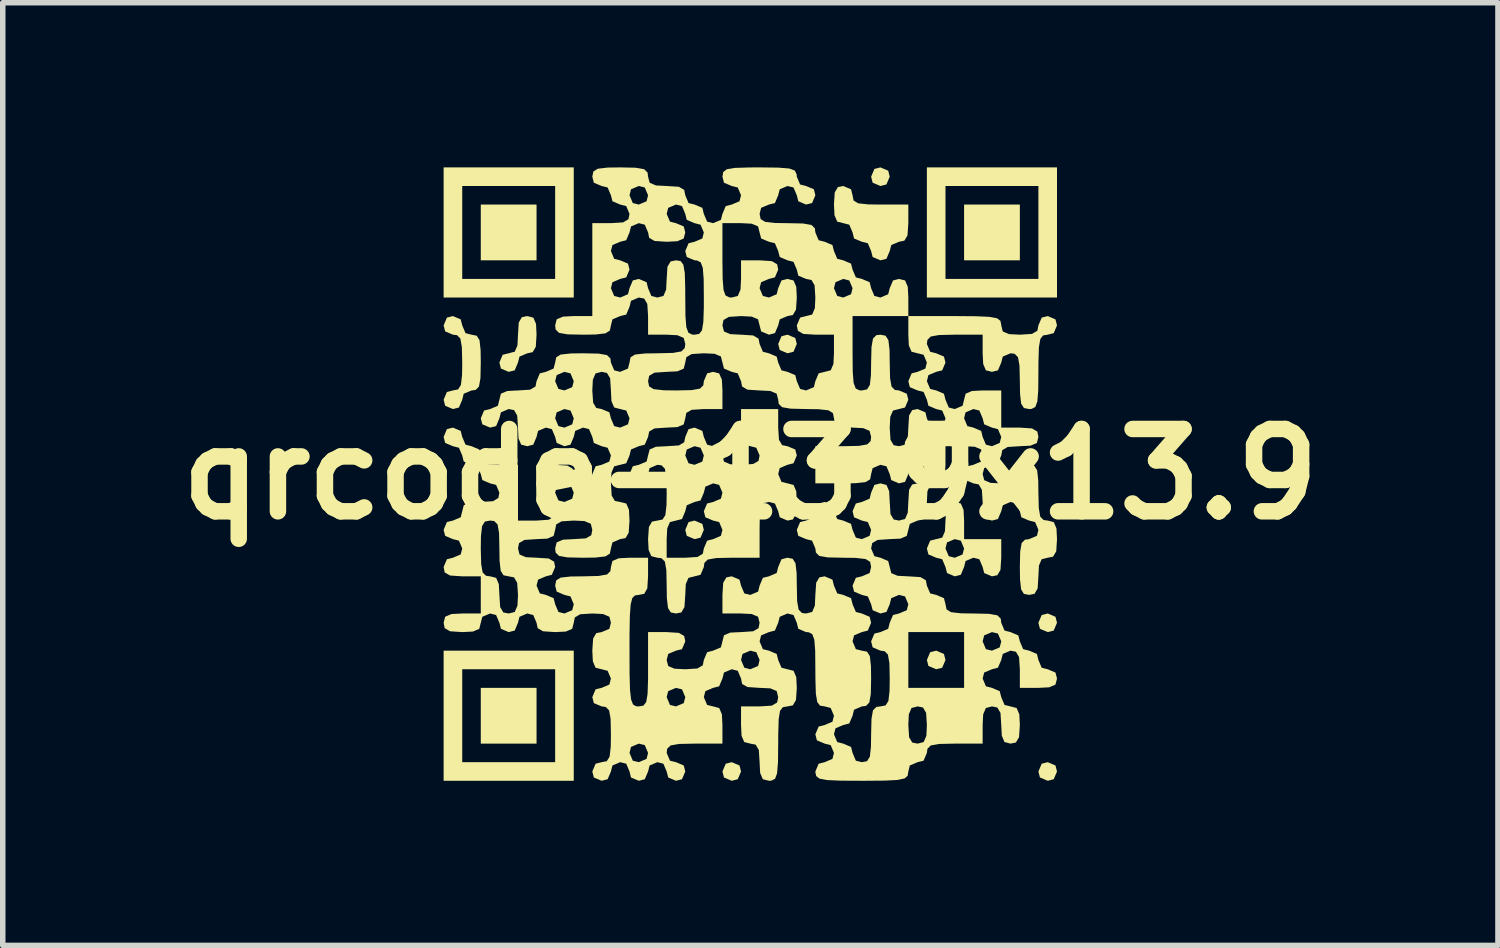
<source format=kicad_pcb>
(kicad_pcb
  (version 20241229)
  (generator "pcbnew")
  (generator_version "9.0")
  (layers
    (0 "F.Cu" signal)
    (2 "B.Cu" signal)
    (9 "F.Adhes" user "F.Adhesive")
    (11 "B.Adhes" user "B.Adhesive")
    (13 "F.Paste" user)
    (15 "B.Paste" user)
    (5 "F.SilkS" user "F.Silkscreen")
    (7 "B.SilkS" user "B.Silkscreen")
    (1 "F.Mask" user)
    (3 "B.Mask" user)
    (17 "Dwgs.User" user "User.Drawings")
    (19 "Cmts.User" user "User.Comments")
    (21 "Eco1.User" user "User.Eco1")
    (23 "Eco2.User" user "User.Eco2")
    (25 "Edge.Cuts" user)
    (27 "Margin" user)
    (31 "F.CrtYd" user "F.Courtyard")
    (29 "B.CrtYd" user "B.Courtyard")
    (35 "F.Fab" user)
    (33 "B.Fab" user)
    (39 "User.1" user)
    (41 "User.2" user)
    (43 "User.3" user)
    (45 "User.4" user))
  (footprint "qrcode-13.9x13.9"
    (layer "F.Cu")
    (at 10.621 5.588)
    (property "Reference" "qrcode-13.9x13.9" (at 0 0 0) (layer "F.SilkS") (effects (font (size 1.5 1.5) (thickness 0.3))))
    (attr board_only exclude_from_pos_files exclude_from_bom)
    (fp_poly (pts (xy -3.895 -4.403) (xy -3.895 -3.895) (xy -4.403 -3.895) (xy -4.911 -3.895) (xy -4.911 -4.403) (xy -4.911 -4.911) (xy -4.403 -4.911) (xy -3.895 -4.911)) (stroke (width 0) (type solid)) (fill yes) (layer "F.SilkS"))
    (fp_poly (pts (xy -3.895 4.403) (xy -3.895 4.911) (xy -4.403 4.911) (xy -4.911 4.911) (xy -4.911 4.403) (xy -4.911 3.895) (xy -4.403 3.895) (xy -3.895 3.895)) (stroke (width 0) (type solid)) (fill yes) (layer "F.SilkS"))
    (fp_poly (pts (xy -0.874 0.907) (xy -0.847 1.016) (xy -0.907 1.158) (xy -1.016 1.185) (xy -1.158 1.125) (xy -1.185 1.016) (xy -1.125 0.874) (xy -1.016 0.847)) (stroke (width 0) (type solid)) (fill yes) (layer "F.SilkS"))
    (fp_poly (pts (xy -0.197 5.309) (xy -0.169 5.419) (xy -0.229 5.56) (xy -0.339 5.588) (xy -0.48 5.528) (xy -0.508 5.419) (xy -0.448 5.277) (xy -0.339 5.249)) (stroke (width 0) (type solid)) (fill yes) (layer "F.SilkS"))
    (fp_poly (pts (xy 0.819 -2.48) (xy 0.847 -2.371) (xy 0.787 -2.229) (xy 0.677 -2.201) (xy 0.536 -2.261) (xy 0.508 -2.371) (xy 0.568 -2.512) (xy 0.677 -2.54)) (stroke (width 0) (type solid)) (fill yes) (layer "F.SilkS"))
    (fp_poly (pts (xy 2.512 -5.528) (xy 2.54 -5.419) (xy 2.48 -5.277) (xy 2.371 -5.249) (xy 2.229 -5.309) (xy 2.201 -5.419) (xy 2.261 -5.56) (xy 2.371 -5.588)) (stroke (width 0) (type solid)) (fill yes) (layer "F.SilkS"))
    (fp_poly (pts (xy 3.528 3.277) (xy 3.556 3.387) (xy 3.496 3.528) (xy 3.387 3.556) (xy 3.245 3.496) (xy 3.217 3.387) (xy 3.277 3.245) (xy 3.387 3.217)) (stroke (width 0) (type solid)) (fill yes) (layer "F.SilkS"))
    (fp_poly (pts (xy 4.911 -4.403) (xy 4.911 -3.895) (xy 4.403 -3.895) (xy 3.895 -3.895) (xy 3.895 -4.403) (xy 3.895 -4.911) (xy 4.403 -4.911) (xy 4.911 -4.911)) (stroke (width 0) (type solid)) (fill yes) (layer "F.SilkS"))
    (fp_poly (pts (xy 5.56 2.6) (xy 5.588 2.709) (xy 5.528 2.851) (xy 5.419 2.879) (xy 5.277 2.819) (xy 5.249 2.709) (xy 5.309 2.568) (xy 5.419 2.54)) (stroke (width 0) (type solid)) (fill yes) (layer "F.SilkS"))
    (fp_poly (pts (xy 5.56 5.309) (xy 5.588 5.419) (xy 5.528 5.56) (xy 5.419 5.588) (xy 5.277 5.528) (xy 5.249 5.419) (xy 5.309 5.277) (xy 5.419 5.249)) (stroke (width 0) (type solid)) (fill yes) (layer "F.SilkS"))
    (fp_poly (pts (xy -3.217 -4.403) (xy -3.217 -3.217) (xy -4.403 -3.217) (xy -5.588 -3.217) (xy -5.588 -4.403) (xy -5.249 -4.403) (xy -5.249 -3.556) (xy -4.403 -3.556) (xy -3.556 -3.556) (xy -3.556 -4.403) (xy -3.556 -5.249) (xy -4.403 -5.249) (xy -5.249 -5.249) (xy -5.249 -4.403) (xy -5.588 -4.403) (xy -5.588 -5.588) (xy -4.403 -5.588) (xy -3.217 -5.588)) (stroke (width 0) (type solid)) (fill yes) (layer "F.SilkS"))
    (fp_poly (pts (xy -3.217 4.403) (xy -3.217 5.588) (xy -4.403 5.588) (xy -5.588 5.588) (xy -5.588 4.403) (xy -5.249 4.403) (xy -5.249 5.249) (xy -4.403 5.249) (xy -3.556 5.249) (xy -3.556 4.403) (xy -3.556 3.556) (xy -4.403 3.556) (xy -5.249 3.556) (xy -5.249 4.403) (xy -5.588 4.403) (xy -5.588 3.217) (xy -4.403 3.217) (xy -3.217 3.217)) (stroke (width 0) (type solid)) (fill yes) (layer "F.SilkS"))
    (fp_poly (pts (xy 5.588 -4.403) (xy 5.588 -3.217) (xy 4.403 -3.217) (xy 3.217 -3.217) (xy 3.217 -4.403) (xy 3.556 -4.403) (xy 3.556 -3.556) (xy 4.403 -3.556) (xy 5.249 -3.556) (xy 5.249 -4.403) (xy 5.249 -5.249) (xy 4.403 -5.249) (xy 3.556 -5.249) (xy 3.556 -4.403) (xy 3.217 -4.403) (xy 3.217 -5.588) (xy 4.403 -5.588) (xy 5.588 -5.588)) (stroke (width 0) (type solid)) (fill yes) (layer "F.SilkS"))
    (fp_poly (pts (xy -3.953 -2.85) (xy -3.904 -2.735) (xy -3.895 -2.54) (xy -3.909 -2.318) (xy -3.966 -2.221) (xy -4.064 -2.201) (xy -4.206 -2.141) (xy -4.233 -2.032) (xy -4.293 -1.89) (xy -4.403 -1.863) (xy -4.544 -1.923) (xy -4.572 -2.032) (xy -4.512 -2.174) (xy -4.403 -2.201) (xy -4.292 -2.23) (xy -4.243 -2.345) (xy -4.233 -2.54) (xy -4.219 -2.762) (xy -4.162 -2.859) (xy -4.064 -2.879)) (stroke (width 0) (type solid)) (fill yes) (layer "F.SilkS"))
    (fp_poly (pts (xy 1.835 -5.189) (xy 1.863 -5.08) (xy 1.881 -4.985) (xy 1.963 -4.934) (xy 2.146 -4.914) (xy 2.371 -4.911) (xy 2.879 -4.911) (xy 2.879 -4.572) (xy 2.864 -4.35) (xy 2.807 -4.253) (xy 2.709 -4.233) (xy 2.568 -4.173) (xy 2.54 -4.064) (xy 2.48 -3.922) (xy 2.371 -3.895) (xy 2.229 -3.955) (xy 2.201 -4.064) (xy 2.141 -4.206) (xy 2.032 -4.233) (xy 1.89 -4.293) (xy 1.863 -4.403) (xy 1.803 -4.544) (xy 1.693 -4.572) (xy 1.583 -4.6) (xy 1.534 -4.715) (xy 1.524 -4.911) (xy 1.538 -5.132) (xy 1.596 -5.23) (xy 1.693 -5.249)) (stroke (width 0) (type solid)) (fill yes) (layer "F.SilkS"))
    (fp_poly (pts (xy -5.277 -2.819) (xy -5.249 -2.709) (xy -5.189 -2.568) (xy -5.08 -2.54) (xy -4.985 -2.521) (xy -4.934 -2.44) (xy -4.914 -2.257) (xy -4.911 -2.032) (xy -4.917 -1.748) (xy -4.944 -1.595) (xy -5.005 -1.533) (xy -5.08 -1.524) (xy -5.222 -1.464) (xy -5.249 -1.355) (xy -5.309 -1.213) (xy -5.419 -1.185) (xy -5.56 -1.245) (xy -5.588 -1.355) (xy -5.528 -1.496) (xy -5.419 -1.524) (xy -5.324 -1.543) (xy -5.273 -1.624) (xy -5.252 -1.807) (xy -5.249 -2.032) (xy -5.256 -2.316) (xy -5.283 -2.469) (xy -5.344 -2.531) (xy -5.419 -2.54) (xy -5.56 -2.6) (xy -5.588 -2.709) (xy -5.528 -2.851) (xy -5.419 -2.879)) (stroke (width 0) (type solid)) (fill yes) (layer "F.SilkS"))
    (fp_poly (pts (xy 3.836 0.536) (xy 3.885 0.651) (xy 3.895 0.847) (xy 3.895 1.185) (xy 4.233 1.185) (xy 4.572 1.185) (xy 4.572 1.524) (xy 4.558 1.746) (xy 4.5 1.843) (xy 4.403 1.863) (xy 4.261 1.803) (xy 4.233 1.693) (xy 4.173 1.552) (xy 4.064 1.524) (xy 3.922 1.584) (xy 3.895 1.693) (xy 3.835 1.835) (xy 3.725 1.863) (xy 3.584 1.803) (xy 3.556 1.693) (xy 3.496 1.552) (xy 3.387 1.524) (xy 3.245 1.464) (xy 3.217 1.355) (xy 3.556 1.355) (xy 3.616 1.496) (xy 3.725 1.524) (xy 3.867 1.464) (xy 3.895 1.355) (xy 3.835 1.213) (xy 3.725 1.185) (xy 3.584 1.245) (xy 3.556 1.355) (xy 3.217 1.355) (xy 3.277 1.213) (xy 3.387 1.185) (xy 3.497 1.157) (xy 3.546 1.042) (xy 3.556 0.847) (xy 3.57 0.625) (xy 3.628 0.527) (xy 3.725 0.508)) (stroke (width 0) (type solid)) (fill yes) (layer "F.SilkS"))
    (fp_poly (pts (xy 0.508 -0.847) (xy 0.522 -0.625) (xy 0.58 -0.527) (xy 0.677 -0.508) (xy 0.819 -0.448) (xy 0.847 -0.339) (xy 0.787 -0.197) (xy 0.677 -0.169) (xy 0.536 -0.109) (xy 0.508 0) (xy 0.568 0.142) (xy 0.677 0.169) (xy 0.788 0.198) (xy 0.837 0.313) (xy 0.847 0.508) (xy 0.832 0.73) (xy 0.775 0.827) (xy 0.677 0.847) (xy 0.536 0.787) (xy 0.508 0.677) (xy 0.448 0.536) (xy 0.339 0.508) (xy 0.244 0.527) (xy 0.193 0.608) (xy 0.172 0.791) (xy 0.169 1.016) (xy 0.169 1.524) (xy -0.339 1.524) (xy -0.622 1.53) (xy -0.776 1.557) (xy -0.837 1.618) (xy -0.847 1.693) (xy -0.907 1.835) (xy -1.016 1.863) (xy -1.127 1.891) (xy -1.176 2.006) (xy -1.185 2.201) (xy -1.2 2.423) (xy -1.257 2.521) (xy -1.355 2.54) (xy -1.449 2.521) (xy -1.5 2.44) (xy -1.521 2.257) (xy -1.524 2.032) (xy -1.53 1.748) (xy -1.557 1.595) (xy -1.618 1.533) (xy -1.693 1.524) (xy -1.804 1.496) (xy -1.853 1.381) (xy -1.863 1.185) (xy -1.524 1.185) (xy -1.524 1.524) (xy -1.185 1.524) (xy -0.964 1.51) (xy -0.866 1.452) (xy -0.847 1.355) (xy -0.787 1.213) (xy -0.677 1.185) (xy -0.536 1.125) (xy -0.508 1.016) (xy -0.568 0.874) (xy -0.677 0.847) (xy -0.819 0.787) (xy -0.847 0.677) (xy -0.787 0.536) (xy -0.677 0.508) (xy -0.536 0.448) (xy -0.508 0.339) (xy -0.568 0.197) (xy -0.677 0.169) (xy -0.819 0.229) (xy -0.847 0.339) (xy -0.907 0.48) (xy -1.016 0.508) (xy -1.158 0.568) (xy -1.185 0.677) (xy -1.245 0.819) (xy -1.355 0.847) (xy -1.465 0.875) (xy -1.514 0.99) (xy -1.524 1.185) (xy -1.863 1.185) (xy -1.848 0.964) (xy -1.791 0.866) (xy -1.693 0.847) (xy -1.599 0.828) (xy -1.548 0.747) (xy -1.527 0.564) (xy -1.524 0.339) (xy -1.53 0.055) (xy -1.557 -0.098) (xy -1.618 -0.16) (xy -1.693 -0.169) (xy -1.835 -0.109) (xy -1.863 0) (xy -1.923 0.142) (xy -2.032 0.169) (xy -2.174 0.109) (xy -2.201 0) (xy -2.141 -0.142) (xy -2.032 -0.169) (xy -1.89 -0.229) (xy -1.863 -0.339) (xy -1.185 -0.339) (xy -1.125 -0.197) (xy -1.016 -0.169) (xy -0.874 -0.229) (xy -0.847 -0.339) (xy -0.907 -0.48) (xy -1.016 -0.508) (xy -1.158 -0.448) (xy -1.185 -0.339) (xy -1.863 -0.339) (xy -1.834 -0.449) (xy -1.719 -0.498) (xy -1.524 -0.508) (xy -1.302 -0.522) (xy -1.205 -0.58) (xy -1.185 -0.677) (xy -1.125 -0.819) (xy -1.016 -0.847) (xy -0.874 -0.787) (xy -0.847 -0.677) (xy -0.787 -0.536) (xy -0.677 -0.508) (xy -0.536 -0.448) (xy -0.508 -0.339) (xy -0.48 -0.228) (xy -0.365 -0.179) (xy -0.169 -0.169) (xy 0.052 -0.184) (xy 0.15 -0.241) (xy 0.169 -0.339) (xy 0.109 -0.48) (xy 0 -0.508) (xy -0.111 -0.536) (xy -0.16 -0.651) (xy -0.169 -0.847) (xy -0.169 -1.185) (xy 0.169 -1.185) (xy 0.508 -1.185)) (stroke (width 0) (type solid)) (fill yes) (layer "F.SilkS"))
    (fp_poly (pts (xy 0.507 -5.584) (xy 0.709 -5.568) (xy 0.81 -5.531) (xy 0.844 -5.463) (xy 0.847 -5.419) (xy 0.907 -5.277) (xy 1.016 -5.249) (xy 1.158 -5.189) (xy 1.185 -5.08) (xy 1.125 -4.938) (xy 1.016 -4.911) (xy 0.874 -4.971) (xy 0.847 -5.08) (xy 0.787 -5.222) (xy 0.677 -5.249) (xy 0.536 -5.189) (xy 0.508 -5.08) (xy 0.448 -4.938) (xy 0.339 -4.911) (xy 0.197 -4.851) (xy 0.169 -4.741) (xy 0.188 -4.647) (xy 0.269 -4.596) (xy 0.452 -4.575) (xy 0.677 -4.572) (xy 0.961 -4.566) (xy 1.114 -4.539) (xy 1.176 -4.478) (xy 1.185 -4.403) (xy 1.245 -4.261) (xy 1.355 -4.233) (xy 1.496 -4.173) (xy 1.524 -4.064) (xy 1.584 -3.922) (xy 1.693 -3.895) (xy 1.835 -3.835) (xy 1.863 -3.725) (xy 1.923 -3.584) (xy 2.032 -3.556) (xy 2.174 -3.496) (xy 2.201 -3.387) (xy 2.261 -3.245) (xy 2.371 -3.217) (xy 2.512 -3.277) (xy 2.54 -3.387) (xy 2.6 -3.528) (xy 2.709 -3.556) (xy 2.82 -3.528) (xy 2.869 -3.413) (xy 2.879 -3.217) (xy 2.879 -2.879) (xy 2.371 -2.879) (xy 1.863 -2.879) (xy 1.863 -2.201) (xy 1.866 -1.864) (xy 1.882 -1.662) (xy 1.92 -1.56) (xy 1.987 -1.526) (xy 2.032 -1.524) (xy 2.127 -1.543) (xy 2.178 -1.624) (xy 2.198 -1.807) (xy 2.201 -2.032) (xy 2.208 -2.316) (xy 2.235 -2.469) (xy 2.296 -2.531) (xy 2.371 -2.54) (xy 2.465 -2.521) (xy 2.516 -2.44) (xy 2.537 -2.257) (xy 2.54 -2.032) (xy 2.546 -1.748) (xy 2.573 -1.595) (xy 2.634 -1.533) (xy 2.709 -1.524) (xy 2.851 -1.464) (xy 2.879 -1.355) (xy 2.819 -1.213) (xy 2.709 -1.185) (xy 2.599 -1.157) (xy 2.55 -1.042) (xy 2.54 -0.847) (xy 2.554 -0.625) (xy 2.612 -0.527) (xy 2.709 -0.508) (xy 2.82 -0.536) (xy 2.869 -0.651) (xy 2.879 -0.847) (xy 2.893 -1.068) (xy 2.95 -1.166) (xy 3.048 -1.185) (xy 3.19 -1.125) (xy 3.217 -1.016) (xy 3.277 -0.874) (xy 3.387 -0.847) (xy 3.528 -0.907) (xy 3.556 -1.016) (xy 3.895 -1.016) (xy 3.955 -0.874) (xy 4.064 -0.847) (xy 4.206 -0.787) (xy 4.233 -0.677) (xy 4.293 -0.536) (xy 4.403 -0.508) (xy 4.544 -0.568) (xy 4.572 -0.677) (xy 4.512 -0.819) (xy 4.403 -0.847) (xy 4.261 -0.907) (xy 4.233 -1.016) (xy 4.173 -1.158) (xy 4.064 -1.185) (xy 3.922 -1.125) (xy 3.895 -1.016) (xy 3.556 -1.016) (xy 3.496 -1.158) (xy 3.387 -1.185) (xy 3.245 -1.245) (xy 3.217 -1.355) (xy 3.157 -1.496) (xy 3.048 -1.524) (xy 2.906 -1.584) (xy 2.879 -1.693) (xy 2.939 -1.835) (xy 3.048 -1.863) (xy 3.19 -1.923) (xy 3.217 -2.032) (xy 3.157 -2.174) (xy 3.048 -2.201) (xy 2.937 -2.23) (xy 2.888 -2.345) (xy 2.879 -2.54) (xy 2.879 -2.879) (xy 3.725 -2.879) (xy 4.111 -2.876) (xy 4.357 -2.865) (xy 4.496 -2.839) (xy 4.557 -2.792) (xy 4.572 -2.718) (xy 4.572 -2.709) (xy 4.6 -2.599) (xy 4.715 -2.55) (xy 4.911 -2.54) (xy 5.132 -2.554) (xy 5.23 -2.612) (xy 5.249 -2.709) (xy 5.309 -2.851) (xy 5.419 -2.879) (xy 5.56 -2.819) (xy 5.588 -2.709) (xy 5.528 -2.568) (xy 5.419 -2.54) (xy 5.334 -2.526) (xy 5.284 -2.461) (xy 5.258 -2.311) (xy 5.25 -2.041) (xy 5.249 -1.863) (xy 5.246 -1.525) (xy 5.23 -1.323) (xy 5.192 -1.222) (xy 5.125 -1.188) (xy 5.08 -1.185) (xy 4.985 -1.204) (xy 4.934 -1.285) (xy 4.914 -1.468) (xy 4.911 -1.693) (xy 4.904 -1.977) (xy 4.877 -2.13) (xy 4.816 -2.192) (xy 4.741 -2.201) (xy 4.6 -2.141) (xy 4.572 -2.032) (xy 4.512 -1.89) (xy 4.403 -1.863) (xy 4.292 -1.891) (xy 4.243 -2.006) (xy 4.233 -2.201) (xy 4.233 -2.54) (xy 3.725 -2.54) (xy 3.442 -2.534) (xy 3.288 -2.507) (xy 3.227 -2.446) (xy 3.217 -2.371) (xy 3.277 -2.229) (xy 3.387 -2.201) (xy 3.528 -2.141) (xy 3.556 -2.032) (xy 3.496 -1.89) (xy 3.387 -1.863) (xy 3.245 -1.803) (xy 3.217 -1.693) (xy 3.277 -1.552) (xy 3.387 -1.524) (xy 3.528 -1.464) (xy 3.556 -1.355) (xy 3.616 -1.213) (xy 3.725 -1.185) (xy 3.867 -1.245) (xy 3.895 -1.355) (xy 3.923 -1.465) (xy 4.038 -1.514) (xy 4.233 -1.524) (xy 4.572 -1.524) (xy 4.572 -1.185) (xy 4.572 -0.847) (xy 4.911 -0.847) (xy 5.132 -0.832) (xy 5.23 -0.775) (xy 5.249 -0.677) (xy 5.221 -0.567) (xy 5.106 -0.518) (xy 4.911 -0.508) (xy 4.689 -0.494) (xy 4.591 -0.436) (xy 4.572 -0.339) (xy 4.512 -0.197) (xy 4.403 -0.169) (xy 4.261 -0.109) (xy 4.233 0) (xy 4.262 0.111) (xy 4.377 0.16) (xy 4.572 0.169) (xy 4.794 0.155) (xy 4.891 0.098) (xy 4.911 0) (xy 4.971 -0.142) (xy 5.08 -0.169) (xy 5.175 -0.151) (xy 5.226 -0.069) (xy 5.246 0.114) (xy 5.249 0.339) (xy 5.256 0.622) (xy 5.283 0.776) (xy 5.344 0.837) (xy 5.419 0.847) (xy 5.529 0.875) (xy 5.578 0.99) (xy 5.588 1.185) (xy 5.574 1.407) (xy 5.516 1.505) (xy 5.419 1.524) (xy 5.308 1.552) (xy 5.259 1.667) (xy 5.249 1.863) (xy 5.235 2.084) (xy 5.178 2.182) (xy 5.08 2.201) (xy 4.985 2.183) (xy 4.934 2.101) (xy 4.914 1.918) (xy 4.911 1.693) (xy 4.917 1.41) (xy 4.944 1.256) (xy 5.005 1.195) (xy 5.08 1.185) (xy 5.222 1.125) (xy 5.249 1.016) (xy 5.189 0.874) (xy 5.08 0.847) (xy 4.938 0.787) (xy 4.911 0.677) (xy 4.851 0.536) (xy 4.741 0.508) (xy 4.6 0.568) (xy 4.572 0.677) (xy 4.512 0.819) (xy 4.403 0.847) (xy 4.292 0.818) (xy 4.243 0.703) (xy 4.233 0.508) (xy 4.219 0.286) (xy 4.162 0.189) (xy 4.064 0.169) (xy 3.922 0.109) (xy 3.895 0) (xy 3.955 -0.142) (xy 4.064 -0.169) (xy 4.206 -0.229) (xy 4.233 -0.339) (xy 4.205 -0.449) (xy 4.09 -0.498) (xy 3.895 -0.508) (xy 3.556 -0.508) (xy 3.556 -0.169) (xy 3.542 0.052) (xy 3.484 0.15) (xy 3.387 0.169) (xy 3.276 0.198) (xy 3.227 0.313) (xy 3.217 0.508) (xy 3.203 0.73) (xy 3.146 0.827) (xy 3.048 0.847) (xy 2.906 0.907) (xy 2.879 1.016) (xy 2.85 1.127) (xy 2.735 1.176) (xy 2.54 1.185) (xy 2.318 1.2) (xy 2.221 1.257) (xy 2.201 1.355) (xy 2.261 1.496) (xy 2.371 1.524) (xy 2.512 1.584) (xy 2.54 1.693) (xy 2.568 1.804) (xy 2.683 1.853) (xy 2.879 1.863) (xy 3.1 1.877) (xy 3.198 1.934) (xy 3.217 2.032) (xy 3.277 2.174) (xy 3.387 2.201) (xy 3.528 2.261) (xy 3.556 2.371) (xy 3.575 2.465) (xy 3.656 2.516) (xy 3.839 2.537) (xy 4.064 2.54) (xy 4.348 2.546) (xy 4.501 2.573) (xy 4.563 2.634) (xy 4.572 2.709) (xy 4.632 2.851) (xy 4.741 2.879) (xy 4.883 2.939) (xy 4.911 3.048) (xy 4.971 3.19) (xy 5.08 3.217) (xy 5.222 3.277) (xy 5.249 3.387) (xy 5.309 3.528) (xy 5.419 3.556) (xy 5.56 3.616) (xy 5.588 3.725) (xy 5.56 3.836) (xy 5.445 3.885) (xy 5.249 3.895) (xy 4.911 3.895) (xy 4.911 3.556) (xy 4.896 3.334) (xy 4.839 3.237) (xy 4.741 3.217) (xy 4.6 3.277) (xy 4.572 3.387) (xy 4.512 3.528) (xy 4.403 3.556) (xy 4.261 3.616) (xy 4.233 3.725) (xy 4.293 3.867) (xy 4.403 3.895) (xy 4.544 3.955) (xy 4.572 4.064) (xy 4.632 4.206) (xy 4.741 4.233) (xy 4.852 4.262) (xy 4.901 4.377) (xy 4.911 4.572) (xy 4.896 4.794) (xy 4.839 4.891) (xy 4.741 4.911) (xy 4.631 4.882) (xy 4.582 4.767) (xy 4.572 4.572) (xy 4.558 4.35) (xy 4.5 4.253) (xy 4.403 4.233) (xy 4.292 4.262) (xy 4.243 4.377) (xy 4.233 4.572) (xy 4.233 4.911) (xy 3.725 4.911) (xy 3.442 4.917) (xy 3.288 4.944) (xy 3.227 5.005) (xy 3.217 5.08) (xy 3.157 5.222) (xy 3.048 5.249) (xy 2.906 5.309) (xy 2.879 5.419) (xy 2.867 5.496) (xy 2.812 5.545) (xy 2.682 5.573) (xy 2.448 5.585) (xy 2.077 5.588) (xy 2.032 5.588) (xy 1.647 5.586) (xy 1.4 5.575) (xy 1.261 5.549) (xy 1.2 5.502) (xy 1.185 5.428) (xy 1.185 5.419) (xy 1.245 5.277) (xy 1.355 5.249) (xy 1.496 5.189) (xy 1.524 5.08) (xy 1.464 4.938) (xy 1.355 4.911) (xy 1.213 4.851) (xy 1.185 4.741) (xy 1.245 4.6) (xy 1.355 4.572) (xy 1.496 4.512) (xy 1.524 4.403) (xy 1.464 4.261) (xy 1.355 4.233) (xy 1.27 4.219) (xy 1.22 4.154) (xy 1.194 4.004) (xy 1.186 3.735) (xy 1.185 3.556) (xy 1.182 3.219) (xy 1.166 3.016) (xy 1.128 2.915) (xy 1.061 2.881) (xy 1.016 2.879) (xy 0.874 2.819) (xy 0.847 2.709) (xy 0.787 2.568) (xy 0.677 2.54) (xy 0.536 2.6) (xy 0.508 2.709) (xy 0.448 2.851) (xy 0.339 2.879) (xy 0.197 2.939) (xy 0.169 3.048) (xy 0.229 3.19) (xy 0.339 3.217) (xy 0.48 3.277) (xy 0.508 3.387) (xy 0.568 3.528) (xy 0.677 3.556) (xy 0.788 3.584) (xy 0.837 3.699) (xy 0.847 3.895) (xy 0.832 4.116) (xy 0.775 4.214) (xy 0.677 4.233) (xy 0.593 4.247) (xy 0.542 4.313) (xy 0.517 4.463) (xy 0.509 4.732) (xy 0.508 4.911) (xy 0.504 5.248) (xy 0.488 5.45) (xy 0.451 5.552) (xy 0.383 5.586) (xy 0.339 5.588) (xy 0.228 5.56) (xy 0.179 5.445) (xy 0.169 5.249) (xy 0.155 5.028) (xy 0.098 4.93) (xy 0 4.911) (xy -0.111 4.882) (xy -0.16 4.767) (xy -0.169 4.572) (xy -0.169 4.233) (xy 0.169 4.233) (xy 0.391 4.219) (xy 0.489 4.162) (xy 0.508 4.064) (xy 0.48 3.953) (xy 0.365 3.904) (xy 0.169 3.895) (xy -0.052 3.88) (xy -0.15 3.823) (xy -0.169 3.725) (xy -0.229 3.584) (xy -0.339 3.556) (xy -0.48 3.616) (xy -0.508 3.725) (xy -0.568 3.867) (xy -0.677 3.895) (xy -0.819 3.955) (xy -0.847 4.064) (xy -0.787 4.206) (xy -0.677 4.233) (xy -0.567 4.262) (xy -0.518 4.377) (xy -0.508 4.572) (xy -0.508 4.911) (xy -1.016 4.911) (xy -1.3 4.917) (xy -1.453 4.944) (xy -1.515 5.005) (xy -1.524 5.08) (xy -1.464 5.222) (xy -1.355 5.249) (xy -1.213 5.309) (xy -1.185 5.419) (xy -1.245 5.56) (xy -1.355 5.588) (xy -1.496 5.528) (xy -1.524 5.419) (xy -1.584 5.277) (xy -1.693 5.249) (xy -1.835 5.309) (xy -1.863 5.419) (xy -1.923 5.56) (xy -2.032 5.588) (xy -2.174 5.528) (xy -2.201 5.419) (xy -2.261 5.277) (xy -2.371 5.249) (xy -2.512 5.309) (xy -2.54 5.419) (xy -2.6 5.56) (xy -2.709 5.588) (xy -2.851 5.528) (xy -2.879 5.419) (xy -2.819 5.277) (xy -2.709 5.249) (xy -2.615 5.231) (xy -2.564 5.149) (xy -2.556 5.08) (xy -2.201 5.08) (xy -2.141 5.222) (xy -2.032 5.249) (xy -1.89 5.189) (xy -1.863 5.08) (xy -1.923 4.938) (xy -2.032 4.911) (xy -2.174 4.971) (xy -2.201 5.08) (xy -2.556 5.08) (xy -2.543 4.966) (xy -2.54 4.741) (xy -2.546 4.458) (xy -2.573 4.304) (xy -2.634 4.243) (xy -2.709 4.233) (xy -2.851 4.173) (xy -2.879 4.064) (xy -2.819 3.922) (xy -2.709 3.895) (xy -2.568 3.835) (xy -2.54 3.725) (xy -2.6 3.584) (xy -2.709 3.556) (xy -2.82 3.528) (xy -2.869 3.413) (xy -2.879 3.217) (xy -2.864 2.996) (xy -2.807 2.898) (xy -2.709 2.879) (xy -2.568 2.819) (xy -2.54 2.709) (xy -2.568 2.599) (xy -2.683 2.55) (xy -2.879 2.54) (xy -3.1 2.554) (xy -3.198 2.612) (xy -3.217 2.709) (xy -3.246 2.82) (xy -3.361 2.869) (xy -3.556 2.879) (xy -3.778 2.864) (xy -3.875 2.807) (xy -3.895 2.709) (xy -3.955 2.568) (xy -4.064 2.54) (xy -4.206 2.6) (xy -4.233 2.709) (xy -4.293 2.851) (xy -4.403 2.879) (xy -4.544 2.819) (xy -4.572 2.709) (xy -4.632 2.568) (xy -4.741 2.54) (xy -4.883 2.6) (xy -4.911 2.709) (xy -4.939 2.82) (xy -5.054 2.869) (xy -5.249 2.879) (xy -5.471 2.864) (xy -5.569 2.807) (xy -5.588 2.709) (xy -5.56 2.599) (xy -5.445 2.55) (xy -5.249 2.54) (xy -4.911 2.54) (xy -4.911 2.201) (xy -4.911 1.863) (xy -5.249 1.863) (xy -5.471 1.848) (xy -5.569 1.791) (xy -5.588 1.693) (xy -5.528 1.552) (xy -5.419 1.524) (xy -5.277 1.464) (xy -5.249 1.355) (xy -4.911 1.355) (xy -4.904 1.638) (xy -4.877 1.792) (xy -4.816 1.853) (xy -4.741 1.863) (xy -4.631 1.891) (xy -4.582 2.006) (xy -4.572 2.201) (xy -4.558 2.423) (xy -4.5 2.521) (xy -4.403 2.54) (xy -4.292 2.512) (xy -4.243 2.397) (xy -4.233 2.201) (xy -4.248 1.98) (xy -4.305 1.882) (xy -4.403 1.863) (xy -4.497 1.844) (xy -4.548 1.763) (xy -4.569 1.58) (xy -4.572 1.355) (xy -4.233 1.355) (xy -4.205 1.465) (xy -4.09 1.514) (xy -3.895 1.524) (xy -3.673 1.538) (xy -3.575 1.596) (xy -3.556 1.693) (xy -3.616 1.835) (xy -3.725 1.863) (xy -3.867 1.923) (xy -3.895 2.032) (xy -3.835 2.174) (xy -3.725 2.201) (xy -3.584 2.261) (xy -3.556 2.371) (xy -3.496 2.512) (xy -3.387 2.54) (xy -3.245 2.48) (xy -3.217 2.371) (xy -3.277 2.229) (xy -3.387 2.201) (xy -3.528 2.141) (xy -3.556 2.032) (xy -3.537 1.937) (xy -3.456 1.886) (xy -3.273 1.866) (xy -3.048 1.863) (xy -2.764 1.856) (xy -2.611 1.829) (xy -2.549 1.768) (xy -2.54 1.693) (xy -2.512 1.583) (xy -2.397 1.534) (xy -2.201 1.524) (xy -1.863 1.524) (xy -1.863 1.863) (xy -1.877 2.084) (xy -1.934 2.182) (xy -2.032 2.201) (xy -2.103 2.211) (xy -2.151 2.26) (xy -2.18 2.375) (xy -2.195 2.585) (xy -2.201 2.918) (xy -2.201 3.217) (xy -2.2 3.646) (xy -2.192 3.934) (xy -2.172 4.108) (xy -2.137 4.198) (xy -2.082 4.23) (xy -2.032 4.233) (xy -1.948 4.219) (xy -1.897 4.154) (xy -1.882 4.064) (xy -1.524 4.064) (xy -1.464 4.206) (xy -1.355 4.233) (xy -1.213 4.173) (xy -1.185 4.064) (xy -1.245 3.922) (xy -1.355 3.895) (xy -1.496 3.955) (xy -1.524 4.064) (xy -1.882 4.064) (xy -1.872 4.004) (xy -1.863 3.735) (xy -1.863 3.556) (xy -1.863 2.879) (xy -1.524 2.879) (xy -1.302 2.893) (xy -1.205 2.95) (xy -1.185 3.048) (xy -1.245 3.19) (xy -1.355 3.217) (xy -1.496 3.277) (xy -1.524 3.387) (xy -1.496 3.497) (xy -1.381 3.546) (xy -1.185 3.556) (xy -0.964 3.542) (xy -0.866 3.484) (xy -0.847 3.387) (xy -0.169 3.387) (xy -0.109 3.528) (xy 0 3.556) (xy 0.142 3.496) (xy 0.169 3.387) (xy 0.109 3.245) (xy 0 3.217) (xy -0.142 3.277) (xy -0.169 3.387) (xy -0.847 3.387) (xy -0.787 3.245) (xy -0.677 3.217) (xy -0.536 3.157) (xy -0.508 3.048) (xy -0.48 2.937) (xy -0.365 2.888) (xy -0.169 2.879) (xy 0.052 2.864) (xy 0.15 2.807) (xy 0.169 2.709) (xy 0.141 2.599) (xy 0.026 2.55) (xy -0.169 2.54) (xy -0.508 2.54) (xy -0.508 2.201) (xy -0.494 1.98) (xy -0.436 1.882) (xy -0.339 1.863) (xy -0.197 1.923) (xy -0.169 2.032) (xy -0.109 2.174) (xy 0 2.201) (xy 0.142 2.141) (xy 0.169 2.032) (xy 0.229 1.89) (xy 0.339 1.863) (xy 0.48 1.803) (xy 0.508 1.693) (xy 0.568 1.552) (xy 0.677 1.524) (xy 0.772 1.543) (xy 0.823 1.624) (xy 0.844 1.807) (xy 0.847 2.032) (xy 0.853 2.316) (xy 0.88 2.469) (xy 0.941 2.531) (xy 1.016 2.54) (xy 1.127 2.512) (xy 1.176 2.397) (xy 1.185 2.201) (xy 1.2 1.98) (xy 1.257 1.882) (xy 1.355 1.863) (xy 1.496 1.923) (xy 1.524 2.032) (xy 1.584 2.174) (xy 1.693 2.201) (xy 1.835 2.261) (xy 1.863 2.371) (xy 1.923 2.512) (xy 2.032 2.54) (xy 2.174 2.6) (xy 2.201 2.709) (xy 2.141 2.851) (xy 2.032 2.879) (xy 1.89 2.939) (xy 1.863 3.048) (xy 1.923 3.19) (xy 2.032 3.217) (xy 2.127 3.236) (xy 2.178 3.317) (xy 2.198 3.5) (xy 2.201 3.725) (xy 2.195 4.009) (xy 2.168 4.162) (xy 2.107 4.224) (xy 2.032 4.233) (xy 1.89 4.293) (xy 1.863 4.403) (xy 1.803 4.544) (xy 1.693 4.572) (xy 1.552 4.632) (xy 1.524 4.741) (xy 1.584 4.883) (xy 1.693 4.911) (xy 1.835 4.971) (xy 1.863 5.08) (xy 1.923 5.222) (xy 2.032 5.249) (xy 2.127 5.231) (xy 2.178 5.149) (xy 2.198 4.966) (xy 2.201 4.741) (xy 2.205 4.572) (xy 2.879 4.572) (xy 2.893 4.794) (xy 2.95 4.891) (xy 3.048 4.911) (xy 3.159 4.882) (xy 3.208 4.767) (xy 3.217 4.572) (xy 3.203 4.35) (xy 3.146 4.253) (xy 3.048 4.233) (xy 2.937 4.262) (xy 2.888 4.377) (xy 2.879 4.572) (xy 2.205 4.572) (xy 2.208 4.458) (xy 2.235 4.304) (xy 2.296 4.243) (xy 2.371 4.233) (xy 2.465 4.215) (xy 2.516 4.133) (xy 2.537 3.95) (xy 2.54 3.725) (xy 2.534 3.442) (xy 2.524 3.387) (xy 2.879 3.387) (xy 2.879 3.895) (xy 3.387 3.895) (xy 3.895 3.895) (xy 3.895 3.387) (xy 3.895 3.048) (xy 4.233 3.048) (xy 4.293 3.19) (xy 4.403 3.217) (xy 4.544 3.157) (xy 4.572 3.048) (xy 4.512 2.906) (xy 4.403 2.879) (xy 4.261 2.939) (xy 4.233 3.048) (xy 3.895 3.048) (xy 3.895 2.879) (xy 3.387 2.879) (xy 2.879 2.879) (xy 2.879 3.387) (xy 2.524 3.387) (xy 2.507 3.288) (xy 2.446 3.227) (xy 2.371 3.217) (xy 2.229 3.157) (xy 2.201 3.048) (xy 2.261 2.906) (xy 2.371 2.879) (xy 2.512 2.819) (xy 2.54 2.709) (xy 2.6 2.568) (xy 2.709 2.54) (xy 2.851 2.48) (xy 2.879 2.371) (xy 2.819 2.229) (xy 2.709 2.201) (xy 2.568 2.261) (xy 2.54 2.371) (xy 2.48 2.512) (xy 2.371 2.54) (xy 2.229 2.48) (xy 2.201 2.371) (xy 2.141 2.229) (xy 2.032 2.201) (xy 1.89 2.141) (xy 1.863 2.032) (xy 1.923 1.89) (xy 2.032 1.863) (xy 2.174 1.803) (xy 2.201 1.693) (xy 2.183 1.599) (xy 2.101 1.548) (xy 1.918 1.527) (xy 1.693 1.524) (xy 1.41 1.518) (xy 1.256 1.491) (xy 1.195 1.43) (xy 1.185 1.355) (xy 1.125 1.213) (xy 1.016 1.185) (xy 0.874 1.125) (xy 0.847 1.016) (xy 0.907 0.874) (xy 1.016 0.847) (xy 1.158 0.787) (xy 1.185 0.677) (xy 1.245 0.536) (xy 1.355 0.508) (xy 1.496 0.568) (xy 1.524 0.677) (xy 1.584 0.819) (xy 1.693 0.847) (xy 1.835 0.907) (xy 1.863 1.016) (xy 1.923 1.158) (xy 2.032 1.185) (xy 2.174 1.125) (xy 2.201 1.016) (xy 2.141 0.874) (xy 2.032 0.847) (xy 1.89 0.787) (xy 1.863 0.677) (xy 1.923 0.536) (xy 2.032 0.508) (xy 2.174 0.448) (xy 2.201 0.339) (xy 2.261 0.197) (xy 2.371 0.169) (xy 2.481 0.198) (xy 2.53 0.313) (xy 2.54 0.508) (xy 2.554 0.73) (xy 2.612 0.827) (xy 2.709 0.847) (xy 2.82 0.818) (xy 2.869 0.703) (xy 2.879 0.508) (xy 2.893 0.286) (xy 2.95 0.189) (xy 3.048 0.169) (xy 3.19 0.109) (xy 3.217 0) (xy 3.157 -0.142) (xy 3.048 -0.169) (xy 2.906 -0.109) (xy 2.879 0) (xy 2.819 0.142) (xy 2.709 0.169) (xy 2.568 0.109) (xy 2.54 0) (xy 2.48 -0.142) (xy 2.371 -0.169) (xy 2.229 -0.109) (xy 2.201 0) (xy 2.183 0.095) (xy 2.101 0.146) (xy 1.918 0.166) (xy 1.693 0.169) (xy 1.185 0.169) (xy 1.185 -0.169) (xy 1.185 -0.508) (xy 1.693 -0.508) (xy 1.977 -0.514) (xy 2.13 -0.541) (xy 2.192 -0.602) (xy 2.201 -0.677) (xy 2.173 -0.788) (xy 2.058 -0.837) (xy 1.863 -0.847) (xy 1.641 -0.861) (xy 1.543 -0.918) (xy 1.524 -1.016) (xy 1.505 -1.111) (xy 1.424 -1.162) (xy 1.241 -1.182) (xy 1.016 -1.185) (xy 0.732 -1.192) (xy 0.579 -1.219) (xy 0.517 -1.28) (xy 0.508 -1.355) (xy 0.48 -1.465) (xy 0.365 -1.514) (xy 0.169 -1.524) (xy -0.052 -1.538) (xy -0.15 -1.596) (xy -0.169 -1.693) (xy -0.229 -1.835) (xy -0.339 -1.863) (xy -0.48 -1.923) (xy -0.508 -2.032) (xy -0.536 -2.143) (xy -0.651 -2.192) (xy -0.847 -2.201) (xy -1.068 -2.187) (xy -1.166 -2.13) (xy -1.185 -2.032) (xy -1.214 -1.921) (xy -1.329 -1.872) (xy -1.524 -1.863) (xy -1.746 -1.848) (xy -1.843 -1.791) (xy -1.863 -1.693) (xy -1.844 -1.599) (xy -1.763 -1.548) (xy -1.58 -1.527) (xy -1.355 -1.524) (xy -1.071 -1.53) (xy -0.918 -1.557) (xy -0.856 -1.618) (xy -0.847 -1.693) (xy -0.787 -1.835) (xy -0.677 -1.863) (xy -0.567 -1.834) (xy -0.518 -1.719) (xy -0.508 -1.524) (xy -0.508 -1.185) (xy -0.847 -1.185) (xy -1.068 -1.171) (xy -1.166 -1.114) (xy -1.185 -1.016) (xy -1.214 -0.905) (xy -1.329 -0.856) (xy -1.524 -0.847) (xy -1.746 -0.832) (xy -1.843 -0.775) (xy -1.863 -0.677) (xy -1.923 -0.536) (xy -2.032 -0.508) (xy -2.174 -0.448) (xy -2.201 -0.339) (xy -2.261 -0.197) (xy -2.371 -0.169) (xy -2.481 -0.141) (xy -2.53 -0.026) (xy -2.54 0.169) (xy -2.526 0.391) (xy -2.468 0.489) (xy -2.371 0.508) (xy -2.26 0.536) (xy -2.211 0.651) (xy -2.201 0.847) (xy -2.216 1.068) (xy -2.273 1.166) (xy -2.371 1.185) (xy -2.512 1.245) (xy -2.54 1.355) (xy -2.559 1.449) (xy -2.64 1.5) (xy -2.823 1.521) (xy -3.048 1.524) (xy -3.332 1.518) (xy -3.485 1.491) (xy -3.547 1.43) (xy -3.556 1.355) (xy -3.528 1.244) (xy -3.413 1.195) (xy -3.217 1.185) (xy -2.996 1.171) (xy -2.898 1.114) (xy -2.879 1.016) (xy -2.907 0.905) (xy -3.022 0.856) (xy -3.217 0.847) (xy -3.439 0.861) (xy -3.537 0.918) (xy -3.556 1.016) (xy -3.584 1.127) (xy -3.699 1.176) (xy -3.895 1.185) (xy -4.116 1.2) (xy -4.214 1.257) (xy -4.233 1.355) (xy -4.572 1.355) (xy -4.578 1.071) (xy -4.605 0.918) (xy -4.666 0.856) (xy -4.741 0.847) (xy -4.836 0.865) (xy -4.887 0.947) (xy -4.908 1.13) (xy -4.911 1.355) (xy -5.249 1.355) (xy -5.309 1.213) (xy -5.419 1.185) (xy -5.56 1.125) (xy -5.588 1.016) (xy -5.528 0.874) (xy -5.419 0.847) (xy -5.277 0.787) (xy -5.249 0.677) (xy -5.221 0.567) (xy -5.106 0.518) (xy -4.911 0.508) (xy -4.689 0.494) (xy -4.591 0.436) (xy -4.572 0.339) (xy -4.632 0.197) (xy -4.741 0.169) (xy -4.883 0.109) (xy -4.911 0) (xy -4.971 -0.142) (xy -5.08 -0.169) (xy -5.222 -0.229) (xy -5.249 -0.339) (xy -5.309 -0.48) (xy -5.419 -0.508) (xy -5.56 -0.568) (xy -5.588 -0.677) (xy -5.528 -0.819) (xy -5.419 -0.847) (xy -5.277 -0.787) (xy -5.249 -0.677) (xy -5.189 -0.536) (xy -5.08 -0.508) (xy -4.938 -0.448) (xy -4.911 -0.339) (xy -4.882 -0.228) (xy -4.767 -0.179) (xy -4.572 -0.169) (xy -4.233 -0.169) (xy -4.233 0.339) (xy -4.233 0.847) (xy -3.895 0.847) (xy -3.673 0.832) (xy -3.575 0.775) (xy -3.556 0.677) (xy -3.616 0.536) (xy -3.725 0.508) (xy -3.836 0.48) (xy -3.885 0.365) (xy -3.886 0.339) (xy -3.556 0.339) (xy -3.496 0.48) (xy -3.387 0.508) (xy -3.245 0.448) (xy -3.217 0.339) (xy -3.277 0.197) (xy -3.387 0.169) (xy -3.528 0.229) (xy -3.556 0.339) (xy -3.886 0.339) (xy -3.895 0.169) (xy -3.895 -0.169) (xy -3.556 -0.169) (xy -3.334 -0.155) (xy -3.237 -0.098) (xy -3.217 0) (xy -3.157 0.142) (xy -3.048 0.169) (xy -2.906 0.109) (xy -2.879 0) (xy -2.819 -0.142) (xy -2.709 -0.169) (xy -2.568 -0.229) (xy -2.54 -0.339) (xy -2.6 -0.48) (xy -2.709 -0.508) (xy -2.851 -0.568) (xy -2.879 -0.677) (xy -2.939 -0.819) (xy -3.048 -0.847) (xy -3.19 -0.787) (xy -3.217 -0.677) (xy -3.277 -0.536) (xy -3.387 -0.508) (xy -3.528 -0.568) (xy -3.556 -0.677) (xy -3.616 -0.819) (xy -3.725 -0.847) (xy -3.867 -0.787) (xy -3.895 -0.677) (xy -3.955 -0.536) (xy -4.064 -0.508) (xy -4.175 -0.536) (xy -4.224 -0.651) (xy -4.233 -0.847) (xy -4.244 -1.016) (xy -3.556 -1.016) (xy -3.496 -0.874) (xy -3.387 -0.847) (xy -3.245 -0.907) (xy -3.217 -1.016) (xy -3.277 -1.158) (xy -3.387 -1.185) (xy -3.528 -1.125) (xy -3.556 -1.016) (xy -4.244 -1.016) (xy -4.248 -1.068) (xy -4.305 -1.166) (xy -4.403 -1.185) (xy -4.544 -1.125) (xy -4.572 -1.016) (xy -4.632 -0.874) (xy -4.741 -0.847) (xy -4.883 -0.907) (xy -4.911 -1.016) (xy -4.851 -1.158) (xy -4.741 -1.185) (xy -4.6 -1.245) (xy -4.572 -1.355) (xy -4.544 -1.465) (xy -4.429 -1.514) (xy -4.233 -1.524) (xy -4.012 -1.538) (xy -3.914 -1.596) (xy -3.895 -1.693) (xy -3.556 -1.693) (xy -3.496 -1.552) (xy -3.387 -1.524) (xy -2.879 -1.524) (xy -2.864 -1.302) (xy -2.807 -1.205) (xy -2.709 -1.185) (xy -2.568 -1.125) (xy -2.54 -1.016) (xy -2.48 -0.874) (xy -2.371 -0.847) (xy -2.229 -0.907) (xy -2.201 -1.016) (xy -2.261 -1.158) (xy -2.371 -1.185) (xy -2.481 -1.214) (xy -2.53 -1.329) (xy -2.54 -1.524) (xy -2.554 -1.746) (xy -2.612 -1.843) (xy -2.709 -1.863) (xy -2.82 -1.834) (xy -2.869 -1.719) (xy -2.879 -1.524) (xy -3.387 -1.524) (xy -3.245 -1.584) (xy -3.217 -1.693) (xy -3.277 -1.835) (xy -3.387 -1.863) (xy -3.528 -1.803) (xy -3.556 -1.693) (xy -3.895 -1.693) (xy -3.835 -1.835) (xy -3.725 -1.863) (xy -3.584 -1.923) (xy -3.556 -2.032) (xy -3.537 -2.127) (xy -3.456 -2.178) (xy -3.273 -2.198) (xy -3.048 -2.201) (xy -2.764 -2.195) (xy -2.611 -2.168) (xy -2.549 -2.107) (xy -2.54 -2.032) (xy -2.48 -1.89) (xy -2.371 -1.863) (xy -2.229 -1.923) (xy -2.201 -2.032) (xy -2.183 -2.127) (xy -2.101 -2.178) (xy -1.918 -2.198) (xy -1.693 -2.201) (xy -1.41 -2.208) (xy -1.256 -2.235) (xy -1.195 -2.296) (xy -1.185 -2.371) (xy -1.214 -2.481) (xy -1.329 -2.53) (xy -1.524 -2.54) (xy -1.863 -2.54) (xy -1.863 -2.879) (xy -1.877 -3.1) (xy -1.934 -3.198) (xy -2.032 -3.217) (xy -2.174 -3.157) (xy -2.201 -3.048) (xy -2.261 -2.906) (xy -2.371 -2.879) (xy -2.512 -2.819) (xy -2.54 -2.709) (xy -2.559 -2.615) (xy -2.64 -2.564) (xy -2.823 -2.543) (xy -3.048 -2.54) (xy -3.332 -2.546) (xy -3.485 -2.573) (xy -3.547 -2.634) (xy -3.556 -2.709) (xy -3.528 -2.82) (xy -3.413 -2.869) (xy -3.217 -2.879) (xy -2.879 -2.879) (xy -2.879 -3.725) (xy -2.879 -4.064) (xy -2.54 -4.064) (xy -2.48 -3.922) (xy -2.371 -3.895) (xy -2.229 -3.835) (xy -2.201 -3.725) (xy -2.261 -3.584) (xy -2.371 -3.556) (xy -2.512 -3.496) (xy -2.54 -3.387) (xy -2.48 -3.245) (xy -2.371 -3.217) (xy -2.229 -3.277) (xy -2.201 -3.387) (xy -2.141 -3.528) (xy -2.032 -3.556) (xy -1.89 -3.496) (xy -1.863 -3.387) (xy -1.803 -3.245) (xy -1.693 -3.217) (xy -1.583 -3.246) (xy -1.534 -3.361) (xy -1.524 -3.556) (xy -1.51 -3.778) (xy -1.452 -3.875) (xy -1.355 -3.895) (xy -1.27 -3.881) (xy -1.22 -3.815) (xy -1.194 -3.665) (xy -1.186 -3.396) (xy -1.185 -3.217) (xy -1.182 -2.88) (xy -1.166 -2.678) (xy -1.128 -2.576) (xy -1.061 -2.542) (xy -1.016 -2.54) (xy -0.932 -2.554) (xy -0.881 -2.619) (xy -0.856 -2.769) (xy -0.847 -3.039) (xy -0.847 -3.217) (xy -0.85 -3.555) (xy -0.866 -3.757) (xy -0.904 -3.858) (xy -0.971 -3.892) (xy -1.016 -3.895) (xy -0.508 -3.895) (xy -0.504 -3.557) (xy -0.488 -3.355) (xy -0.451 -3.254) (xy -0.383 -3.22) (xy -0.339 -3.217) (xy -0.228 -3.246) (xy -0.179 -3.361) (xy -0.169 -3.556) (xy -0.169 -3.895) (xy 0.169 -3.895) (xy 0.391 -3.88) (xy 0.489 -3.823) (xy 0.508 -3.725) (xy 0.448 -3.584) (xy 0.339 -3.556) (xy 0.197 -3.496) (xy 0.169 -3.387) (xy 0.229 -3.245) (xy 0.339 -3.217) (xy 0.48 -3.277) (xy 0.508 -3.387) (xy 0.568 -3.528) (xy 0.677 -3.556) (xy 0.788 -3.528) (xy 0.837 -3.413) (xy 0.847 -3.217) (xy 0.832 -2.996) (xy 0.775 -2.898) (xy 0.677 -2.879) (xy 0.536 -2.819) (xy 0.508 -2.709) (xy 0.448 -2.568) (xy 0.339 -2.54) (xy 0.197 -2.6) (xy 0.169 -2.709) (xy 0.141 -2.82) (xy 0.026 -2.869) (xy -0.169 -2.879) (xy -0.391 -2.864) (xy -0.489 -2.807) (xy -0.508 -2.709) (xy -0.48 -2.599) (xy -0.365 -2.55) (xy -0.169 -2.54) (xy 0.052 -2.526) (xy 0.15 -2.468) (xy 0.169 -2.371) (xy 0.229 -2.229) (xy 0.339 -2.201) (xy 0.48 -2.141) (xy 0.508 -2.032) (xy 0.568 -1.89) (xy 0.677 -1.863) (xy 0.819 -1.803) (xy 0.847 -1.693) (xy 0.907 -1.552) (xy 1.016 -1.524) (xy 1.158 -1.584) (xy 1.185 -1.693) (xy 1.245 -1.835) (xy 1.355 -1.863) (xy 1.465 -1.891) (xy 1.514 -2.006) (xy 1.524 -2.201) (xy 1.524 -2.54) (xy 1.185 -2.54) (xy 0.964 -2.554) (xy 0.866 -2.612) (xy 0.847 -2.709) (xy 0.907 -2.851) (xy 1.016 -2.879) (xy 1.127 -2.907) (xy 1.176 -3.022) (xy 1.185 -3.217) (xy 1.174 -3.387) (xy 1.524 -3.387) (xy 1.584 -3.245) (xy 1.693 -3.217) (xy 1.835 -3.277) (xy 1.863 -3.387) (xy 1.803 -3.528) (xy 1.693 -3.556) (xy 1.552 -3.496) (xy 1.524 -3.387) (xy 1.174 -3.387) (xy 1.171 -3.439) (xy 1.114 -3.537) (xy 1.016 -3.556) (xy 0.874 -3.616) (xy 0.847 -3.725) (xy 0.787 -3.867) (xy 0.677 -3.895) (xy 0.536 -3.955) (xy 0.508 -4.064) (xy 0.448 -4.206) (xy 0.339 -4.233) (xy 0.197 -4.293) (xy 0.169 -4.403) (xy 0.141 -4.513) (xy 0.026 -4.562) (xy -0.169 -4.572) (xy -0.508 -4.572) (xy -0.508 -3.895) (xy -1.016 -3.895) (xy -1.158 -3.955) (xy -1.185 -4.064) (xy -1.125 -4.206) (xy -1.016 -4.233) (xy -0.874 -4.293) (xy -0.847 -4.403) (xy -0.907 -4.544) (xy -1.016 -4.572) (xy -1.158 -4.632) (xy -1.185 -4.741) (xy -1.245 -4.883) (xy -1.355 -4.911) (xy -1.496 -4.851) (xy -1.524 -4.741) (xy -1.464 -4.6) (xy -1.355 -4.572) (xy -1.213 -4.512) (xy -1.185 -4.403) (xy -1.214 -4.292) (xy -1.329 -4.243) (xy -1.524 -4.233) (xy -1.746 -4.248) (xy -1.843 -4.305) (xy -1.863 -4.403) (xy -1.923 -4.544) (xy -2.032 -4.572) (xy -2.174 -4.512) (xy -2.201 -4.403) (xy -2.261 -4.261) (xy -2.371 -4.233) (xy -2.512 -4.173) (xy -2.54 -4.064) (xy -2.879 -4.064) (xy -2.879 -4.572) (xy -2.54 -4.572) (xy -2.318 -4.586) (xy -2.221 -4.644) (xy -2.201 -4.741) (xy -2.261 -4.883) (xy -2.371 -4.911) (xy -2.512 -4.971) (xy -2.54 -5.08) (xy -2.201 -5.08) (xy -2.141 -4.938) (xy -2.032 -4.911) (xy -1.89 -4.971) (xy -1.863 -5.08) (xy -1.923 -5.222) (xy -2.032 -5.249) (xy -2.174 -5.189) (xy -2.201 -5.08) (xy -2.54 -5.08) (xy -2.6 -5.222) (xy -2.709 -5.249) (xy -2.851 -5.309) (xy -2.879 -5.419) (xy -2.86 -5.513) (xy -2.779 -5.564) (xy -2.596 -5.585) (xy -2.371 -5.588) (xy -2.087 -5.582) (xy -1.934 -5.555) (xy -1.872 -5.494) (xy -1.863 -5.419) (xy -1.834 -5.308) (xy -1.719 -5.259) (xy -1.524 -5.249) (xy -1.302 -5.235) (xy -1.205 -5.178) (xy -1.185 -5.08) (xy -1.125 -4.938) (xy -1.016 -4.911) (xy -0.874 -4.851) (xy -0.847 -4.741) (xy -0.787 -4.6) (xy -0.677 -4.572) (xy -0.536 -4.632) (xy -0.508 -4.741) (xy -0.448 -4.883) (xy -0.339 -4.911) (xy -0.197 -4.971) (xy -0.169 -5.08) (xy -0.229 -5.222) (xy -0.339 -5.249) (xy -0.48 -5.309) (xy -0.508 -5.419) (xy -0.494 -5.503) (xy -0.429 -5.554) (xy -0.279 -5.579) (xy -0.009 -5.587) (xy 0.169 -5.588)) (stroke (width 0) (type solid)) (fill yes) (layer "F.SilkS")))
  (gr_rect
    (start -3 -3)
    (end 24.243 14.176)
    (stroke (width 0.1) (type default))
    (fill no)
    (layer "Edge.Cuts")))
</source>
